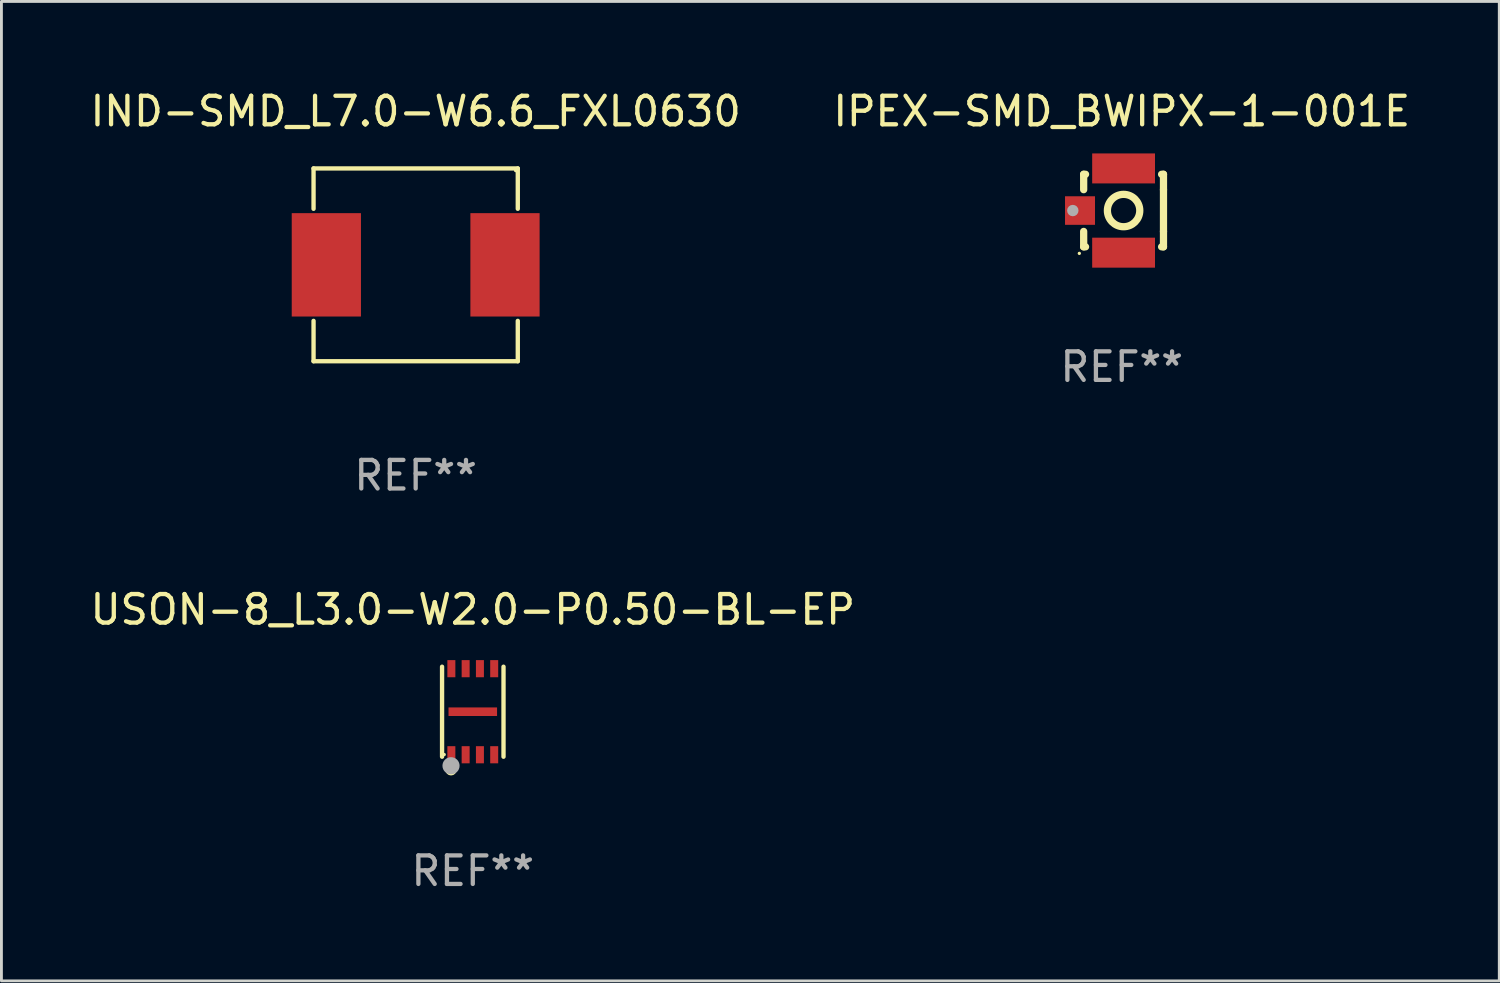
<source format=kicad_pcb>
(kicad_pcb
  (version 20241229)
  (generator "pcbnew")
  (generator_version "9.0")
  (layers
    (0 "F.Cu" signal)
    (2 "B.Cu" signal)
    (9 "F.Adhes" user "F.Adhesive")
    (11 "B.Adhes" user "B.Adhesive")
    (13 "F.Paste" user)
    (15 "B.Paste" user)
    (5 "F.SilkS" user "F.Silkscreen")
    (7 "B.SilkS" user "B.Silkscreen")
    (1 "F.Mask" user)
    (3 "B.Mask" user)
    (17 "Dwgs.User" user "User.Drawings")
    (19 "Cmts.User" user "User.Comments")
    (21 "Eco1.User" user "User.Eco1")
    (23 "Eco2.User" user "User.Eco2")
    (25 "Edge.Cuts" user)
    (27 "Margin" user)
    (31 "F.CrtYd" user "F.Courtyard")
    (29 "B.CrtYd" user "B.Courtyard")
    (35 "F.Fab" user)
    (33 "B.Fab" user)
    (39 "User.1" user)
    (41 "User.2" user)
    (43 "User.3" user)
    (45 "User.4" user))
  (footprint "IPEX-SMD_BWIPX-1-001E"
    (layer "F.Cu")
    (at 35.533 4.323)
    (property "Reference" "IPEX-SMD_BWIPX-1-001E" (at 0.699 -3.475 0) (layer "F.SilkS") (effects (font (size 1 1) (thickness 0.15))))
    (attr smd)
    (fp_line (start -0.635 -1.27) (end -0.635 -0.731) (stroke (width 0.254) (type solid)) (layer "F.SilkS"))
    (fp_line (start -0.635 0.731) (end -0.635 1.27) (stroke (width 0.254) (type solid)) (layer "F.SilkS"))
    (fp_line (start -0.635 1.27) (end -0.569 1.27) (stroke (width 0.254) (type solid)) (layer "F.SilkS"))
    (fp_line (start -0.569 -1.27) (end -0.635 -1.27) (stroke (width 0.254) (type solid)) (layer "F.SilkS"))
    (fp_line (start 2.094 1.27) (end 2.16 1.27) (stroke (width 0.254) (type solid)) (layer "F.SilkS"))
    (fp_line (start 2.16 -1.27) (end 2.094 -1.27) (stroke (width 0.254) (type solid)) (layer "F.SilkS"))
    (fp_line (start 2.16 -0.731) (end 2.16 -1.27) (stroke (width 0.254) (type solid)) (layer "F.SilkS"))
    (fp_line (start 2.16 -0.731) (end 2.16 0.731) (stroke (width 0.254) (type solid)) (layer "F.SilkS"))
    (fp_line (start 2.16 1.27) (end 2.16 0.731) (stroke (width 0.254) (type solid)) (layer "F.SilkS"))
    (fp_circle (center -0.787 1.5) (end -0.757 1.5) (stroke (width 0.06) (type solid)) (fill no) (layer "F.SilkS"))
    (fp_circle (center 0.763 0) (end 1.33 0) (stroke (width 0.254) (type solid)) (fill no) (layer "F.SilkS"))
    (fp_circle (center -1.015 0) (end -0.915 0) (stroke (width 0.2) (type solid)) (fill no) (layer "F.Fab"))
    (fp_text user "REF**" (at 0.699 5.475 0) (layer "F.Fab") (effects (font (size 1 1) (thickness 0.15))))
    (pad "1" smd rect (at -0.763 0 180) (size 1.05 1) (layers "F.Cu" "F.Mask" "F.Paste"))
    (pad "2" smd rect (at 0.763 1.475 180) (size 2.2 1.05) (layers "F.Cu" "F.Mask" "F.Paste"))
    (pad "3" smd rect (at 0.763 -1.475 180) (size 2.2 1.05) (layers "F.Cu" "F.Mask" "F.Paste")))
  (footprint "USON-8_L3.0-W2.0-P0.50-BL-EP"
    (layer "F.Cu")
    (at 13.506 21.873)
    (property "Reference" "USON-8_L3.0-W2.0-P0.50-BL-EP" (at 0.000089 -3.576 0) (layer "F.SilkS") (effects (font (size 1 1) (thickness 0.15))))
    (attr through_hole)
    (fp_line (start -1.076 -1.576) (end -1.076 1.576) (stroke (width 0.152) (type solid)) (layer "F.SilkS"))
    (fp_line (start 1.076 1.576) (end 1.076 -1.576) (stroke (width 0.152) (type solid)) (layer "F.SilkS"))
    (fp_circle (center -1 1.5) (end -0.97 1.5) (stroke (width 0.06) (type solid)) (fill no) (layer "F.SilkS"))
    (fp_circle (center -0.762 2.032) (end -0.662 2.032) (stroke (width 0.2) (type solid)) (fill no) (layer "F.SilkS"))
    (fp_circle (center -0.762 1.892) (end -0.612 1.892) (stroke (width 0.3) (type solid)) (fill no) (layer "F.Fab"))
    (fp_text user "REF**" (at 0.000089 5.576 0) (layer "F.Fab") (effects (font (size 1 1) (thickness 0.15))))
    (pad "1" smd rect (at -0.75 1.507 270) (size 0.6 0.28) (layers "F.Cu" "F.Mask" "F.Paste"))
    (pad "2" smd rect (at -0.25 1.507 270) (size 0.6 0.28) (layers "F.Cu" "F.Mask" "F.Paste"))
    (pad "3" smd rect (at 0.25 1.507 270) (size 0.6 0.28) (layers "F.Cu" "F.Mask" "F.Paste"))
    (pad "4" smd rect (at 0.75 1.507 270) (size 0.6 0.28) (layers "F.Cu" "F.Mask" "F.Paste"))
    (pad "5" smd rect (at 0.75 -1.507 270) (size 0.6 0.28) (layers "F.Cu" "F.Mask" "F.Paste"))
    (pad "6" smd rect (at 0.25 -1.507 270) (size 0.6 0.28) (layers "F.Cu" "F.Mask" "F.Paste"))
    (pad "7" smd rect (at -0.25 -1.507 270) (size 0.6 0.28) (layers "F.Cu" "F.Mask" "F.Paste"))
    (pad "8" smd rect (at -0.75 -1.507 270) (size 0.6 0.28) (layers "F.Cu" "F.Mask" "F.Paste"))
    (pad "9" smd rect (at 0 0 90) (size 0.3 1.7) (layers "F.Cu" "F.Mask" "F.Paste")))
  (footprint "IND-SMD_L7.0-W6.6_FXL0630"
    (layer "F.Cu")
    (at 11.506 6.224)
    (property "Reference" "IND-SMD_L7.0-W6.6_FXL0630" (at 0 -5.376 0) (layer "F.SilkS") (effects (font (size 1 1) (thickness 0.15))))
    (attr through_hole)
    (fp_line (start -3.576 -3.376) (end 3.576 -3.376) (stroke (width 0.152) (type solid)) (layer "F.SilkS"))
    (fp_line (start -3.576 -1.962) (end -3.576 -3.376) (stroke (width 0.152) (type solid)) (layer "F.SilkS"))
    (fp_line (start -3.576 1.962) (end -3.576 3.376) (stroke (width 0.152) (type solid)) (layer "F.SilkS"))
    (fp_line (start -3.576 3.376) (end 3.576 3.376) (stroke (width 0.152) (type solid)) (layer "F.SilkS"))
    (fp_line (start 3.576 -3.376) (end 3.576 -1.962) (stroke (width 0.152) (type solid)) (layer "F.SilkS"))
    (fp_line (start 3.576 3.376) (end 3.576 1.962) (stroke (width 0.152) (type solid)) (layer "F.SilkS"))
    (fp_circle (center 3.5 -3.3) (end 3.53 -3.3) (stroke (width 0.06) (type solid)) (fill no) (layer "F.SilkS"))
    (fp_text user "REF**" (at 0 7.376 0) (layer "F.Fab") (effects (font (size 1 1) (thickness 0.15))))
    (pad "1" smd rect (at 3.128 0) (size 2.424 3.62) (layers "F.Cu" "F.Mask" "F.Paste"))
    (pad "2" smd rect (at -3.128 0) (size 2.424 3.62) (layers "F.Cu" "F.Mask" "F.Paste")))
  (gr_rect
    (start -3 -3)
    (end 49.452 31.298)
    (stroke (width 0.1) (type default))
    (fill no)
    (layer "Edge.Cuts")))
</source>
